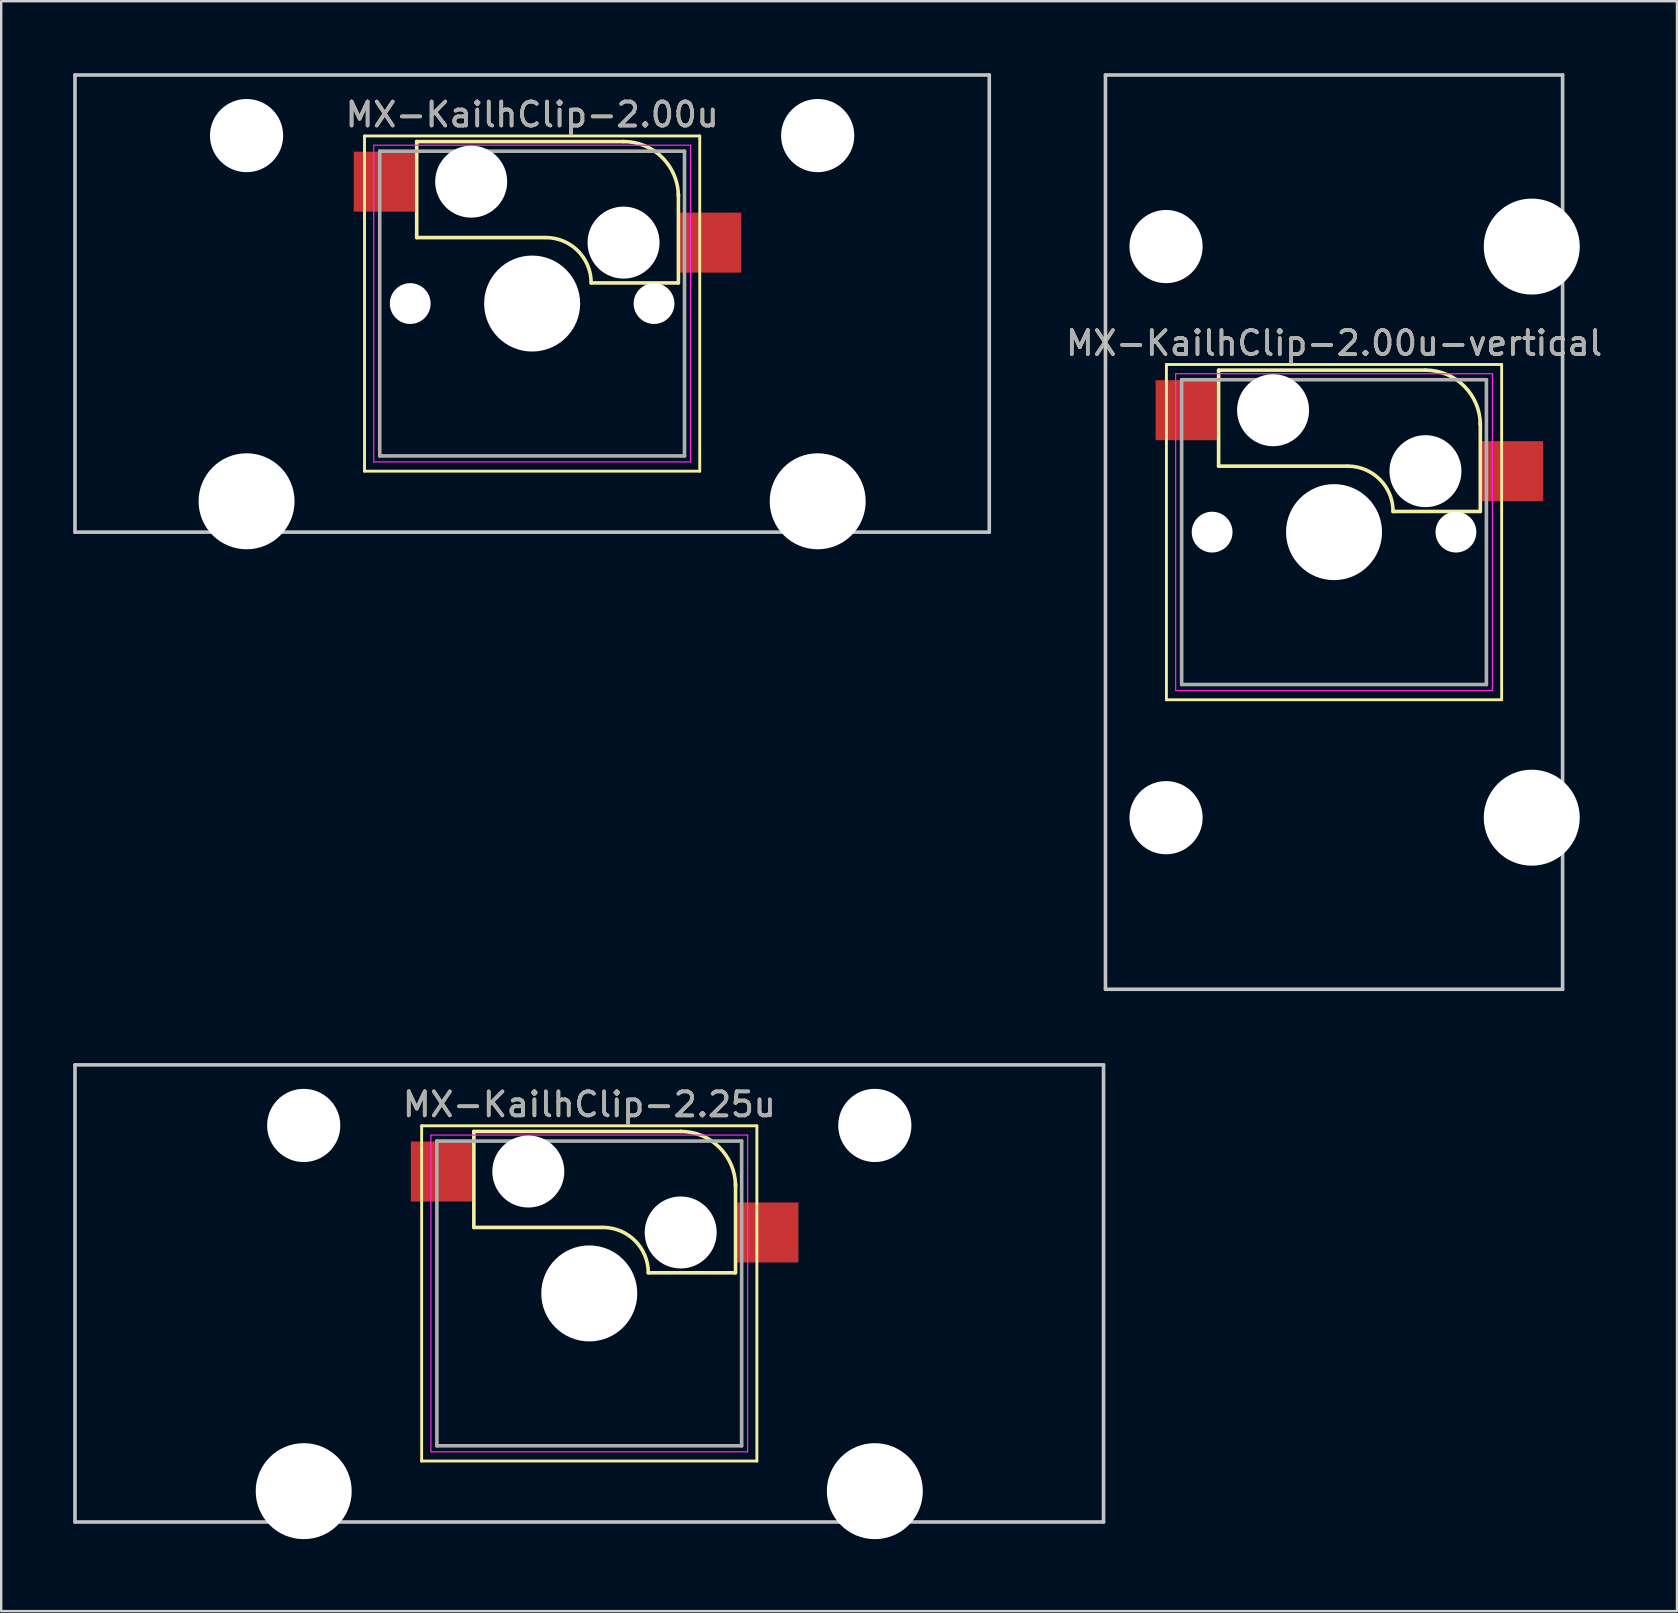
<source format=kicad_pcb>
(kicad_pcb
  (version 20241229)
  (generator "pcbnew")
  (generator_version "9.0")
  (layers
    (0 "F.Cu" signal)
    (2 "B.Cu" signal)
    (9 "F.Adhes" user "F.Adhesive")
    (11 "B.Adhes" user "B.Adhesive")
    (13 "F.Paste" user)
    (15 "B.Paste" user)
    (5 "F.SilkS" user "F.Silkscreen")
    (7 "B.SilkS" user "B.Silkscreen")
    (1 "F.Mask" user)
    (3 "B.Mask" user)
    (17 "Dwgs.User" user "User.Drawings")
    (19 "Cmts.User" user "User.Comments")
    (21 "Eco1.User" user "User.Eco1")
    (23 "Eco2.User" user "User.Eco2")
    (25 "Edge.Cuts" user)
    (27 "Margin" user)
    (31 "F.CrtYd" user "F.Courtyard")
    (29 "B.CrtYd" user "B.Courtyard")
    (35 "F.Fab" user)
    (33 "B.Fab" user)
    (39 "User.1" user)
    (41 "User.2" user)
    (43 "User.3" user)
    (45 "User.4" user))
  (footprint "MX-KailhClip-2.00u"
    (layer "F.Cu")
    (at 19.125 9.6)
    (property "Reference" "MX-KailhClip-2.00u" (at 0 -7.874 0) (layer "F.SilkS") (effects (font (size 1 1) (thickness 0.15))))
    (attr through_hole)
    (fp_line (start -6.985 -6.985) (end 6.985 -6.985) (stroke (width 0.12) (type solid)) (layer "F.SilkS"))
    (fp_line (start -6.985 6.985) (end -6.985 -6.985) (stroke (width 0.12) (type solid)) (layer "F.SilkS"))
    (fp_line (start -4.81 -6.75) (end -4.81 -2.75) (stroke (width 0.15) (type solid)) (layer "F.SilkS"))
    (fp_line (start -4.81 -6.75) (end 3.81 -6.75) (stroke (width 0.15) (type solid)) (layer "F.SilkS"))
    (fp_line (start -4.81 -2.75) (end 0.55 -2.75) (stroke (width 0.15) (type solid)) (layer "F.SilkS"))
    (fp_line (start 6.088 -0.86) (end 2.46 -0.86) (stroke (width 0.15) (type solid)) (layer "F.SilkS"))
    (fp_line (start 6.096 -4.572) (end 6.096 -0.86) (stroke (width 0.15) (type solid)) (layer "F.SilkS"))
    (fp_line (start 6.985 -6.985) (end 6.985 6.985) (stroke (width 0.12) (type solid)) (layer "F.SilkS"))
    (fp_line (start 6.985 6.985) (end -6.985 6.985) (stroke (width 0.12) (type solid)) (layer "F.SilkS"))
    (fp_arc (start 0.57 -2.75) (mid 1.906432 -2.196432) (end 2.46 -0.86) (stroke (width 0.15) (type solid)) (layer "F.SilkS"))
    (fp_arc (start 3.81 -6.751) (mid 5.426446 -6.081446) (end 6.096 -4.465) (stroke (width 0.15) (type solid)) (layer "F.SilkS"))
    (fp_line (start -19.05 -9.525) (end 19.05 -9.525) (stroke (width 0.15) (type solid)) (layer "Dwgs.User"))
    (fp_line (start -19.05 9.525) (end -19.05 -9.525) (stroke (width 0.15) (type solid)) (layer "Dwgs.User"))
    (fp_line (start 19.05 -9.525) (end 19.05 9.525) (stroke (width 0.15) (type solid)) (layer "Dwgs.User"))
    (fp_line (start 19.05 9.525) (end -19.05 9.525) (stroke (width 0.15) (type solid)) (layer "Dwgs.User"))
    (fp_line (start -6.6 -6.6) (end 6.6 -6.6) (stroke (width 0.05) (type solid)) (layer "F.CrtYd"))
    (fp_line (start -6.6 6.6) (end -6.6 -6.6) (stroke (width 0.05) (type solid)) (layer "F.CrtYd"))
    (fp_line (start 6.6 -6.6) (end 6.6 6.6) (stroke (width 0.05) (type solid)) (layer "F.CrtYd"))
    (fp_line (start 6.6 6.6) (end -6.6 6.6) (stroke (width 0.05) (type solid)) (layer "F.CrtYd"))
    (fp_line (start -6.35 -6.35) (end 6.35 -6.35) (stroke (width 0.15) (type solid)) (layer "F.Fab"))
    (fp_line (start -6.35 6.35) (end -6.35 -6.35) (stroke (width 0.15) (type solid)) (layer "F.Fab"))
    (fp_line (start 6.35 -6.35) (end 6.35 6.35) (stroke (width 0.15) (type solid)) (layer "F.Fab"))
    (fp_line (start 6.35 6.35) (end -6.35 6.35) (stroke (width 0.15) (type solid)) (layer "F.Fab"))
    (fp_text user "${REFERENCE}" (at 0 -7.874 0) (layer "F.Fab") (effects (font (size 1 1) (thickness 0.15))))
    (pad "" np_thru_hole circle (at -11.9 -7) (size 3.05 3.05) (drill 3.05) (layers "*.Cu" "*.Mask"))
    (pad "" np_thru_hole circle (at -11.9 8.24) (size 4 4) (drill 4) (layers "*.Cu" "*.Mask"))
    (pad "" np_thru_hole circle (at -5.08 0) (size 1.7 1.7) (drill 1.7) (layers "*.Cu" "*.Mask"))
    (pad "" np_thru_hole circle (at -2.54 -5.08) (size 3 3) (drill 3) (layers "*.Cu" "*.Mask"))
    (pad "" np_thru_hole circle (at 0 0) (size 4 4) (drill 4) (layers "*.Cu" "*.Mask"))
    (pad "" np_thru_hole circle (at 3.81 -2.54) (size 3 3) (drill 3) (layers "*.Cu" "*.Mask"))
    (pad "" np_thru_hole circle (at 5.08 0) (size 1.7 1.7) (drill 1.7) (layers "*.Cu" "*.Mask"))
    (pad "" np_thru_hole circle (at 11.9 -7) (size 3.05 3.05) (drill 3.05) (layers "*.Cu" "*.Mask"))
    (pad "" np_thru_hole circle (at 11.9 8.24) (size 4 4) (drill 4) (layers "*.Cu" "*.Mask"))
    (pad "1" smd rect (at -6.16 -5.08) (size 2.55 2.5) (layers "F.Cu" "F.Mask" "F.Paste"))
    (pad "2" smd rect (at 7.44 -2.54) (size 2.55 2.5) (layers "F.Cu" "F.Mask" "F.Paste")))
  (footprint "MX-KailhClip-2.25u"
    (layer "F.Cu")
    (at 21.506 50.85)
    (property "Reference" "MX-KailhClip-2.25u" (at 0 -7.874 0) (layer "F.SilkS") (effects (font (size 1 1) (thickness 0.15))))
    (attr through_hole)
    (fp_line (start -6.985 -6.985) (end 6.985 -6.985) (stroke (width 0.12) (type solid)) (layer "F.SilkS"))
    (fp_line (start -6.985 6.985) (end -6.985 -6.985) (stroke (width 0.12) (type solid)) (layer "F.SilkS"))
    (fp_line (start -4.81 -6.75) (end -4.81 -2.75) (stroke (width 0.15) (type solid)) (layer "F.SilkS"))
    (fp_line (start -4.81 -6.75) (end 3.81 -6.75) (stroke (width 0.15) (type solid)) (layer "F.SilkS"))
    (fp_line (start -4.81 -2.75) (end 0.55 -2.75) (stroke (width 0.15) (type solid)) (layer "F.SilkS"))
    (fp_line (start 6.088 -0.86) (end 2.46 -0.86) (stroke (width 0.15) (type solid)) (layer "F.SilkS"))
    (fp_line (start 6.096 -4.572) (end 6.096 -0.86) (stroke (width 0.15) (type solid)) (layer "F.SilkS"))
    (fp_line (start 6.985 -6.985) (end 6.985 6.985) (stroke (width 0.12) (type solid)) (layer "F.SilkS"))
    (fp_line (start 6.985 6.985) (end -6.985 6.985) (stroke (width 0.12) (type solid)) (layer "F.SilkS"))
    (fp_arc (start 0.57 -2.75) (mid 1.906432 -2.196432) (end 2.46 -0.86) (stroke (width 0.15) (type solid)) (layer "F.SilkS"))
    (fp_arc (start 3.81 -6.751) (mid 5.426446 -6.081446) (end 6.096 -4.465) (stroke (width 0.15) (type solid)) (layer "F.SilkS"))
    (fp_line (start -21.431 -9.525) (end 21.431 -9.525) (stroke (width 0.15) (type solid)) (layer "Dwgs.User"))
    (fp_line (start -21.431 9.525) (end -21.431 -9.525) (stroke (width 0.15) (type solid)) (layer "Dwgs.User"))
    (fp_line (start 21.431 -9.525) (end 21.431 9.525) (stroke (width 0.15) (type solid)) (layer "Dwgs.User"))
    (fp_line (start 21.431 9.525) (end -21.431 9.525) (stroke (width 0.15) (type solid)) (layer "Dwgs.User"))
    (fp_line (start -6.6 -6.6) (end 6.6 -6.6) (stroke (width 0.05) (type solid)) (layer "F.CrtYd"))
    (fp_line (start -6.6 6.6) (end -6.6 -6.6) (stroke (width 0.05) (type solid)) (layer "F.CrtYd"))
    (fp_line (start 6.6 -6.6) (end 6.6 6.6) (stroke (width 0.05) (type solid)) (layer "F.CrtYd"))
    (fp_line (start 6.6 6.6) (end -6.6 6.6) (stroke (width 0.05) (type solid)) (layer "F.CrtYd"))
    (fp_line (start -6.35 -6.35) (end 6.35 -6.35) (stroke (width 0.15) (type solid)) (layer "F.Fab"))
    (fp_line (start -6.35 6.35) (end -6.35 -6.35) (stroke (width 0.15) (type solid)) (layer "F.Fab"))
    (fp_line (start 6.35 -6.35) (end 6.35 6.35) (stroke (width 0.15) (type solid)) (layer "F.Fab"))
    (fp_line (start 6.35 6.35) (end -6.35 6.35) (stroke (width 0.15) (type solid)) (layer "F.Fab"))
    (fp_text user "${REFERENCE}" (at 0 -7.874 0) (layer "F.Fab") (effects (font (size 1 1) (thickness 0.15))))
    (pad "" np_thru_hole circle (at -11.9 -7) (size 3.05 3.05) (drill 3.05) (layers "*.Cu" "*.Mask"))
    (pad "" np_thru_hole circle (at -11.9 8.24) (size 4 4) (drill 4) (layers "*.Cu" "*.Mask"))
    (pad "" np_thru_hole circle (at -2.54 -5.08) (size 3 3) (drill 3) (layers "*.Cu" "*.Mask"))
    (pad "" np_thru_hole circle (at 0 0) (size 4 4) (drill 4) (layers "*.Cu" "*.Mask"))
    (pad "" np_thru_hole circle (at 3.81 -2.54) (size 3 3) (drill 3) (layers "*.Cu" "*.Mask"))
    (pad "" np_thru_hole circle (at 11.9 -7) (size 3.05 3.05) (drill 3.05) (layers "*.Cu" "*.Mask"))
    (pad "" np_thru_hole circle (at 11.9 8.24) (size 4 4) (drill 4) (layers "*.Cu" "*.Mask"))
    (pad "1" smd rect (at -6.16 -5.08) (size 2.55 2.5) (layers "F.Cu" "F.Mask" "F.Paste"))
    (pad "2" smd rect (at 7.44 -2.54) (size 2.55 2.5) (layers "F.Cu" "F.Mask" "F.Paste")))
  (footprint "MX-KailhClip-2.00u-vertical"
    (layer "F.Cu")
    (at 52.542 19.125)
    (property "Reference" "MX-KailhClip-2.00u-vertical" (at 0 -7.874 0) (layer "F.SilkS") (effects (font (size 1 1) (thickness 0.15))))
    (attr through_hole)
    (fp_line (start -6.985 -6.985) (end 6.985 -6.985) (stroke (width 0.12) (type solid)) (layer "F.SilkS"))
    (fp_line (start -6.985 6.985) (end -6.985 -6.985) (stroke (width 0.12) (type solid)) (layer "F.SilkS"))
    (fp_line (start -4.81 -6.75) (end -4.81 -2.75) (stroke (width 0.15) (type solid)) (layer "F.SilkS"))
    (fp_line (start -4.81 -6.75) (end 3.81 -6.75) (stroke (width 0.15) (type solid)) (layer "F.SilkS"))
    (fp_line (start -4.81 -2.75) (end 0.55 -2.75) (stroke (width 0.15) (type solid)) (layer "F.SilkS"))
    (fp_line (start 6.088 -0.86) (end 2.46 -0.86) (stroke (width 0.15) (type solid)) (layer "F.SilkS"))
    (fp_line (start 6.096 -4.572) (end 6.096 -0.86) (stroke (width 0.15) (type solid)) (layer "F.SilkS"))
    (fp_line (start 6.985 -6.985) (end 6.985 6.985) (stroke (width 0.12) (type solid)) (layer "F.SilkS"))
    (fp_line (start 6.985 6.985) (end -6.985 6.985) (stroke (width 0.12) (type solid)) (layer "F.SilkS"))
    (fp_arc (start 0.57 -2.75) (mid 1.906432 -2.196432) (end 2.46 -0.86) (stroke (width 0.15) (type solid)) (layer "F.SilkS"))
    (fp_arc (start 3.81 -6.751) (mid 5.426446 -6.081446) (end 6.096 -4.465) (stroke (width 0.15) (type solid)) (layer "F.SilkS"))
    (fp_line (start -9.525 -19.05) (end 9.525 -19.05) (stroke (width 0.15) (type solid)) (layer "Dwgs.User"))
    (fp_line (start -9.525 19.05) (end -9.525 -19.05) (stroke (width 0.15) (type solid)) (layer "Dwgs.User"))
    (fp_line (start 9.525 -19.05) (end 9.525 19.05) (stroke (width 0.15) (type solid)) (layer "Dwgs.User"))
    (fp_line (start 9.525 19.05) (end -9.525 19.05) (stroke (width 0.15) (type solid)) (layer "Dwgs.User"))
    (fp_line (start -6.6 -6.6) (end 6.6 -6.6) (stroke (width 0.05) (type solid)) (layer "F.CrtYd"))
    (fp_line (start -6.6 6.6) (end -6.6 -6.6) (stroke (width 0.05) (type solid)) (layer "F.CrtYd"))
    (fp_line (start 6.6 -6.6) (end 6.6 6.6) (stroke (width 0.05) (type solid)) (layer "F.CrtYd"))
    (fp_line (start 6.6 6.6) (end -6.6 6.6) (stroke (width 0.05) (type solid)) (layer "F.CrtYd"))
    (fp_line (start -6.35 -6.35) (end 6.35 -6.35) (stroke (width 0.15) (type solid)) (layer "F.Fab"))
    (fp_line (start -6.35 6.35) (end -6.35 -6.35) (stroke (width 0.15) (type solid)) (layer "F.Fab"))
    (fp_line (start 6.35 -6.35) (end 6.35 6.35) (stroke (width 0.15) (type solid)) (layer "F.Fab"))
    (fp_line (start 6.35 6.35) (end -6.35 6.35) (stroke (width 0.15) (type solid)) (layer "F.Fab"))
    (fp_text user "${REFERENCE}" (at 0 -7.874 0) (layer "F.Fab") (effects (font (size 1 1) (thickness 0.15))))
    (pad "" np_thru_hole circle (at -7 -11.9) (size 3.05 3.05) (drill 3.05) (layers "*.Cu" "*.Mask"))
    (pad "" np_thru_hole circle (at -7 11.9) (size 3.05 3.05) (drill 3.05) (layers "*.Cu" "*.Mask"))
    (pad "" np_thru_hole circle (at -5.08 0) (size 1.7 1.7) (drill 1.7) (layers "*.Cu" "*.Mask"))
    (pad "" np_thru_hole circle (at -2.54 -5.08) (size 3 3) (drill 3) (layers "*.Cu" "*.Mask"))
    (pad "" np_thru_hole circle (at 0 0) (size 4 4) (drill 4) (layers "*.Cu" "*.Mask"))
    (pad "" np_thru_hole circle (at 3.81 -2.54) (size 3 3) (drill 3) (layers "*.Cu" "*.Mask"))
    (pad "" np_thru_hole circle (at 5.08 0) (size 1.7 1.7) (drill 1.7) (layers "*.Cu" "*.Mask"))
    (pad "" np_thru_hole circle (at 8.24 -11.9) (size 4 4) (drill 4) (layers "*.Cu" "*.Mask"))
    (pad "" np_thru_hole circle (at 8.24 11.9) (size 4 4) (drill 4) (layers "*.Cu" "*.Mask"))
    (pad "1" smd rect (at -6.16 -5.08) (size 2.55 2.5) (layers "F.Cu" "F.Mask" "F.Paste"))
    (pad "2" smd rect (at 7.44 -2.54) (size 2.55 2.5) (layers "F.Cu" "F.Mask" "F.Paste")))
  (gr_rect
    (start -3 -3)
    (end 66.833 64.09)
    (stroke (width 0.1) (type default))
    (fill no)
    (layer "Edge.Cuts")))
</source>
